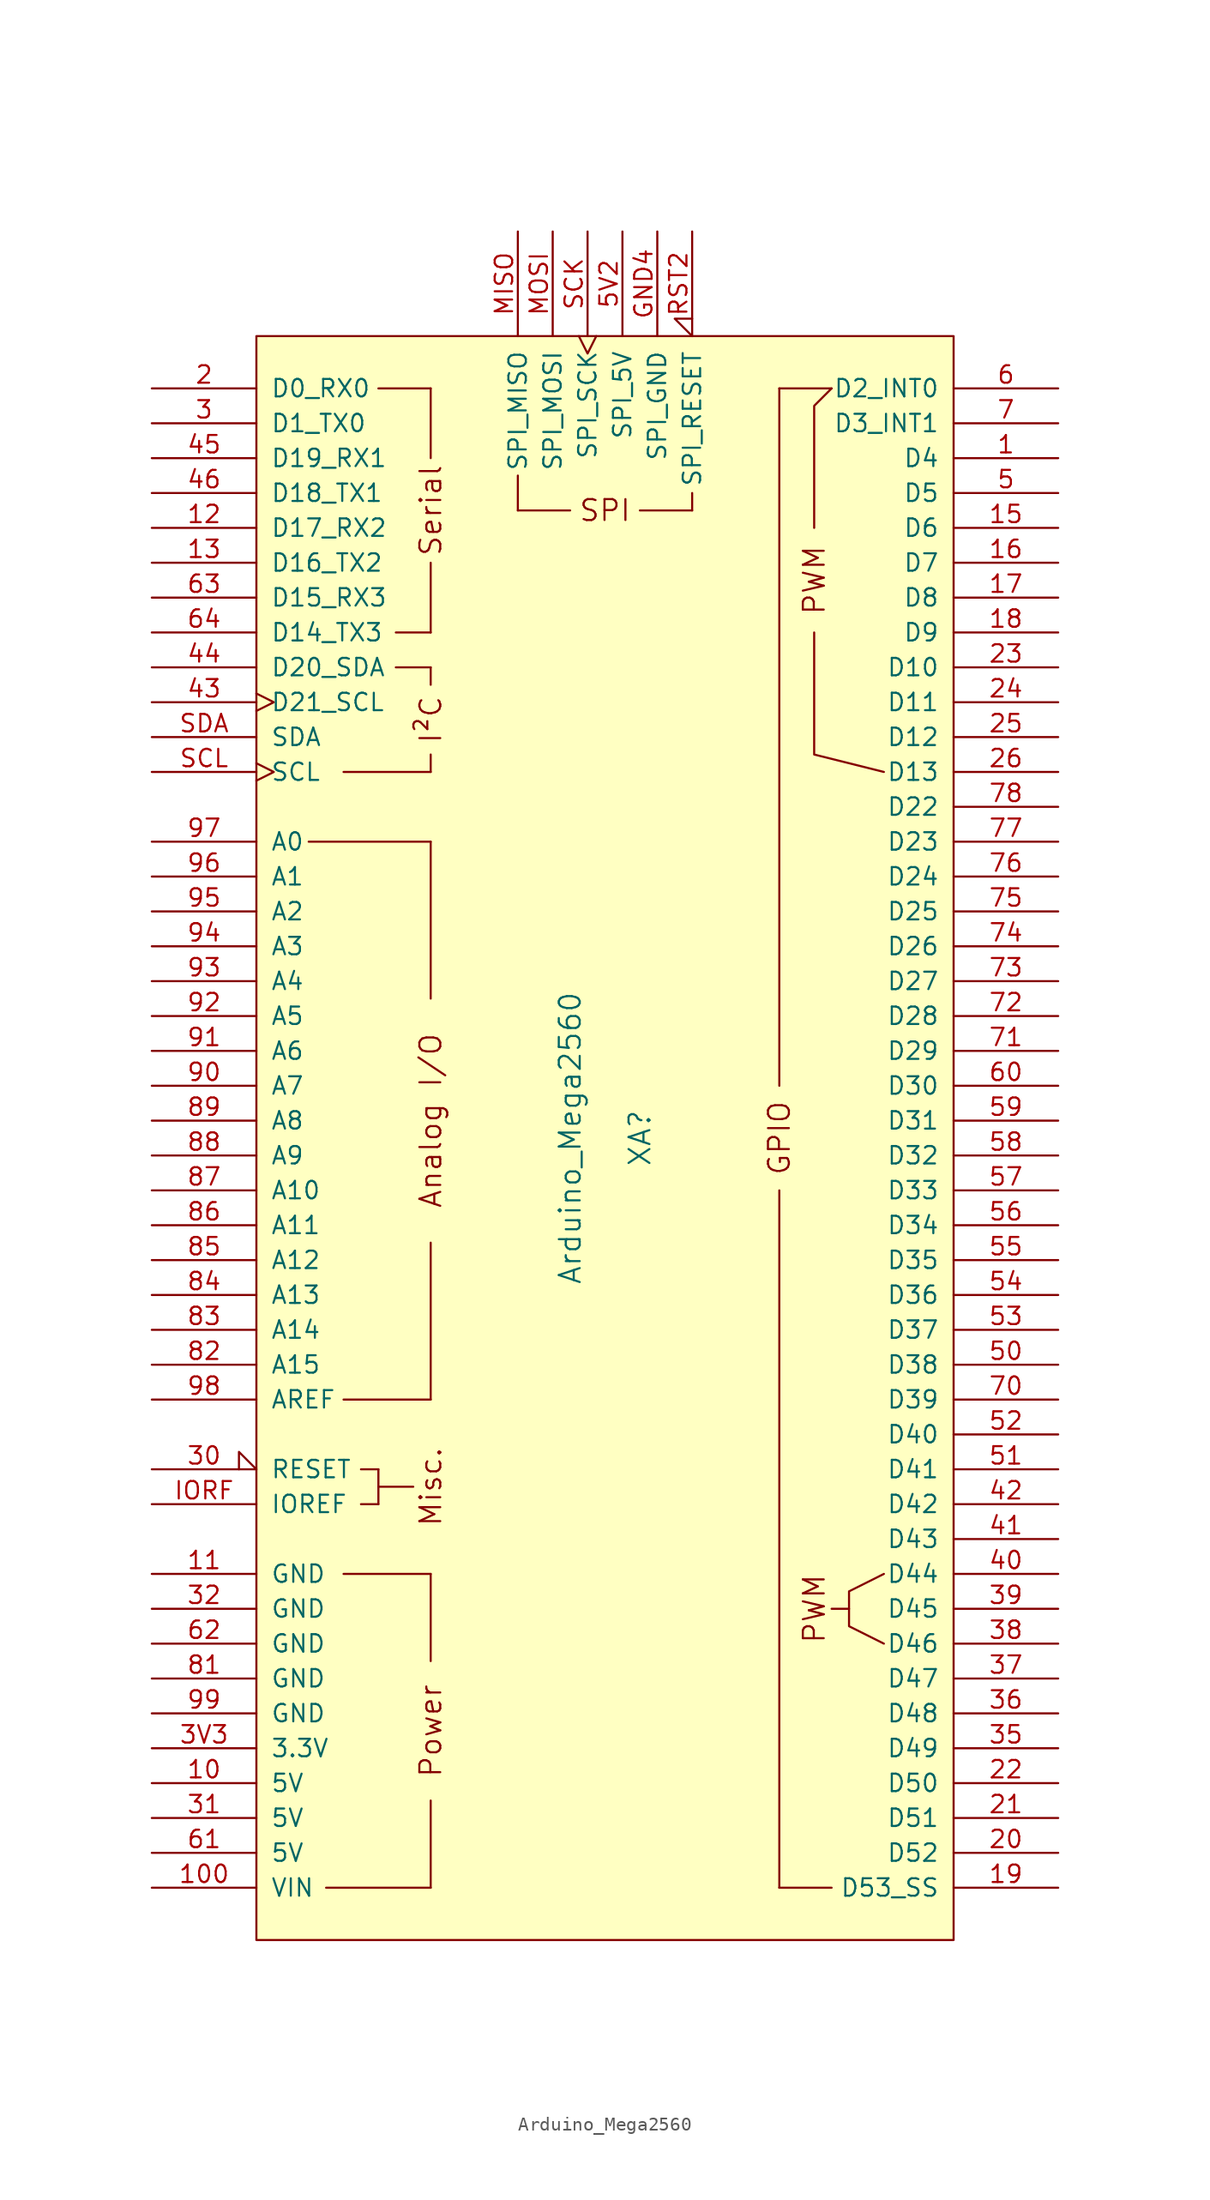
<source format=kicad_sym>
(kicad_symbol_lib
  (version 20211014)
  (generator kicad_symbol_editor)
  (symbol "Arduino_Mega2560"
    (pin_names
      (offset 1.016))
    (property "Reference" "XA"
      (at 2.54 0 90)
      (effects (font (size 1.524 1.524))))
    (property "Value" "Arduino_Mega2560"
      (at -2.54 0 90)
      (effects (font (size 1.524 1.524))))
    (symbol "Arduino_Mega2560_0_0"
      (rectangle (start -25.4 -58.42) (end 25.4 58.42) (stroke (width 0) (type default) (color 0 0 0 0)) (fill (type background)))
      (rectangle (start -20.32 -54.61) (end -12.7 -54.61) (stroke (width 0) (type default) (color 0 0 0 0)) (fill (type none)))
      (rectangle (start -19.05 -31.75) (end -12.7 -31.75) (stroke (width 0) (type default) (color 0 0 0 0)) (fill (type none)))
      (rectangle (start -19.05 -19.05) (end -12.7 -19.05) (stroke (width 0) (type default) (color 0 0 0 0)) (fill (type none)))
      (rectangle (start -19.05 26.67) (end -12.7 26.67) (stroke (width 0) (type default) (color 0 0 0 0)) (fill (type none)))
      (rectangle (start -17.78 -26.67) (end -16.51 -26.67) (stroke (width 0) (type default) (color 0 0 0 0)) (fill (type none)))
      (rectangle (start -17.78 -24.13) (end -16.51 -24.13) (stroke (width 0) (type default) (color 0 0 0 0)) (fill (type none)))
      (rectangle (start -16.51 -25.4) (end -13.97 -25.4) (stroke (width 0) (type default) (color 0 0 0 0)) (fill (type none)))
      (rectangle (start -16.51 -24.13) (end -16.51 -26.67) (stroke (width 0) (type default) (color 0 0 0 0)) (fill (type none)))
      (rectangle (start -16.51 54.61) (end -12.7 54.61) (stroke (width 0) (type default) (color 0 0 0 0)) (fill (type none)))
      (rectangle (start -15.24 34.29) (end -12.7 34.29) (stroke (width 0) (type default) (color 0 0 0 0)) (fill (type none)))
      (rectangle (start -15.24 36.83) (end -12.7 36.83) (stroke (width 0) (type default) (color 0 0 0 0)) (fill (type none)))
      (rectangle (start -12.7 -54.61) (end -12.7 -48.26) (stroke (width 0) (type default) (color 0 0 0 0)) (fill (type none)))
      (rectangle (start -12.7 -31.75) (end -12.7 -38.1) (stroke (width 0) (type default) (color 0 0 0 0)) (fill (type none)))
      (rectangle (start -12.7 26.67) (end -12.7 27.94) (stroke (width 0) (type default) (color 0 0 0 0)) (fill (type none)))
      (rectangle (start -12.7 34.29) (end -12.7 33.02) (stroke (width 0) (type default) (color 0 0 0 0)) (fill (type none)))
      (rectangle (start -12.7 41.91) (end -12.7 36.83) (stroke (width 0) (type default) (color 0 0 0 0)) (fill (type none)))
      (rectangle (start -12.7 49.53) (end -12.7 54.61) (stroke (width 0) (type default) (color 0 0 0 0)) (fill (type none)))
      (rectangle (start -6.35 48.26) (end -6.35 45.72) (stroke (width 0) (type default) (color 0 0 0 0)) (fill (type none)))
      (rectangle (start -2.54 45.72) (end -6.35 45.72) (stroke (width 0) (type default) (color 0 0 0 0)) (fill (type none)))
      (polyline (pts (xy -21.59 21.59) (xy -12.7 21.59)) (stroke (width 0) (type default) (color 0 0 0 0)) (fill (type none)))
      (polyline (pts (xy -12.7 -19.05) (xy -12.7 -7.62)) (stroke (width 0) (type default) (color 0 0 0 0)) (fill (type none)))
      (polyline (pts (xy -12.7 10.16) (xy -12.7 21.59)) (stroke (width 0) (type default) (color 0 0 0 0)) (fill (type none)))
      (polyline (pts (xy 12.7 -54.61) (xy 16.51 -54.61)) (stroke (width 0) (type default) (color 0 0 0 0)) (fill (type none)))
      (polyline (pts (xy 12.7 54.61) (xy 16.51 54.61)) (stroke (width 0) (type default) (color 0 0 0 0)) (fill (type none)))
      (polyline (pts (xy 17.78 -34.29) (xy 16.51 -34.29)) (stroke (width 0) (type default) (color 0 0 0 0)) (fill (type none)))
      (polyline (pts (xy 15.24 36.83) (xy 15.24 27.94) (xy 20.32 26.67)) (stroke (width 0) (type default) (color 0 0 0 0)) (fill (type none)))
      (polyline (pts (xy 15.24 44.45) (xy 15.24 53.34) (xy 16.51 54.61)) (stroke (width 0) (type default) (color 0 0 0 0)) (fill (type none)))
      (polyline (pts (xy 20.32 -31.75) (xy 17.78 -33.02) (xy 17.78 -35.56) (xy 20.32 -36.83)) (stroke (width 0) (type default) (color 0 0 0 0)) (fill (type none)))
      (rectangle (start 6.35 45.72) (end 2.54 45.72) (stroke (width 0) (type default) (color 0 0 0 0)) (fill (type none)))
      (rectangle (start 6.35 46.99) (end 6.35 45.72) (stroke (width 0) (type default) (color 0 0 0 0)) (fill (type none)))
      (text "Analog I/O" (at -12.7 1.27 900) (effects (font (size 1.524 1.524))))
      (text "I²C" (at -12.7 30.48 900) (effects (font (size 1.524 1.524))))
      (text "Misc." (at -12.7 -25.4 900) (effects (font (size 1.524 1.524))))
      (text "Power" (at -12.7 -43.18 900) (effects (font (size 1.524 1.524))))
      (text "PWM" (at 15.24 -34.29 900) (effects (font (size 1.524 1.524))))
      (text "PWM" (at 15.24 40.64 900) (effects (font (size 1.524 1.524))))
      (text "Serial" (at -12.7 45.72 900) (effects (font (size 1.524 1.524))))
      (text "SPI" (at 0 45.72 0) (effects (font (size 1.524 1.524)))))
    (symbol "Arduino_Mega2560_1_0"
      (rectangle (start 12.7 -54.61) (end 12.7 -3.81) (stroke (width 0) (type default) (color 0 0 0 0)) (fill (type none)))
      (rectangle (start 12.7 54.61) (end 12.7 3.81) (stroke (width 0) (type default) (color 0 0 0 0)) (fill (type none)))
      (text "GPIO" (at 12.7 0 900) (effects (font (size 1.524 1.524)))))
    (symbol "Arduino_Mega2560_1_1"
      (pin bidirectional line (at 33.02 49.53 180) (length 7.62) (name "D4" (effects (font (size 1.27 1.27)))) (number "1" (effects (font (size 1.27 1.27)))))
      (pin power_in line (at -33.02 -46.99 0) (length 7.62) (name "5V" (effects (font (size 1.27 1.27)))) (number "10" (effects (font (size 1.27 1.27)))))
      (pin power_in line (at -33.02 -54.61 0) (length 7.62) (name "VIN" (effects (font (size 1.27 1.27)))) (number "100" (effects (font (size 1.27 1.27)))))
      (pin power_in line (at -33.02 -31.75 0) (length 7.62) (name "GND" (effects (font (size 1.27 1.27)))) (number "11" (effects (font (size 1.27 1.27)))))
      (pin bidirectional line (at -33.02 44.45 0) (length 7.62) (name "D17_RX2" (effects (font (size 1.27 1.27)))) (number "12" (effects (font (size 1.27 1.27)))))
      (pin bidirectional line (at -33.02 41.91 0) (length 7.62) (name "D16_TX2" (effects (font (size 1.27 1.27)))) (number "13" (effects (font (size 1.27 1.27)))))
      (pin bidirectional line (at 33.02 44.45 180) (length 7.62) (name "D6" (effects (font (size 1.27 1.27)))) (number "15" (effects (font (size 1.27 1.27)))))
      (pin bidirectional line (at 33.02 41.91 180) (length 7.62) (name "D7" (effects (font (size 1.27 1.27)))) (number "16" (effects (font (size 1.27 1.27)))))
      (pin bidirectional line (at 33.02 39.37 180) (length 7.62) (name "D8" (effects (font (size 1.27 1.27)))) (number "17" (effects (font (size 1.27 1.27)))))
      (pin bidirectional line (at 33.02 36.83 180) (length 7.62) (name "D9" (effects (font (size 1.27 1.27)))) (number "18" (effects (font (size 1.27 1.27)))))
      (pin bidirectional line (at 33.02 -54.61 180) (length 7.62) (name "D53_SS" (effects (font (size 1.27 1.27)))) (number "19" (effects (font (size 1.27 1.27)))))
      (pin bidirectional line (at -33.02 54.61 0) (length 7.62) (name "D0_RX0" (effects (font (size 1.27 1.27)))) (number "2" (effects (font (size 1.27 1.27)))))
      (pin bidirectional line (at 33.02 -52.07 180) (length 7.62) (name "D52" (effects (font (size 1.27 1.27)))) (number "20" (effects (font (size 1.27 1.27)))))
      (pin bidirectional line (at 33.02 -49.53 180) (length 7.62) (name "D51" (effects (font (size 1.27 1.27)))) (number "21" (effects (font (size 1.27 1.27)))))
      (pin bidirectional line (at 33.02 -46.99 180) (length 7.62) (name "D50" (effects (font (size 1.27 1.27)))) (number "22" (effects (font (size 1.27 1.27)))))
      (pin bidirectional line (at 33.02 34.29 180) (length 7.62) (name "D10" (effects (font (size 1.27 1.27)))) (number "23" (effects (font (size 1.27 1.27)))))
      (pin bidirectional line (at 33.02 31.75 180) (length 7.62) (name "D11" (effects (font (size 1.27 1.27)))) (number "24" (effects (font (size 1.27 1.27)))))
      (pin bidirectional line (at 33.02 29.21 180) (length 7.62) (name "D12" (effects (font (size 1.27 1.27)))) (number "25" (effects (font (size 1.27 1.27)))))
      (pin bidirectional line (at 33.02 26.67 180) (length 7.62) (name "D13" (effects (font (size 1.27 1.27)))) (number "26" (effects (font (size 1.27 1.27)))))
      (pin bidirectional line (at -33.02 52.07 0) (length 7.62) (name "D1_TX0" (effects (font (size 1.27 1.27)))) (number "3" (effects (font (size 1.27 1.27)))))
      (pin open_collector input_low (at -33.02 -24.13 0) (length 7.62) (name "RESET" (effects (font (size 1.27 1.27)))) (number "30" (effects (font (size 1.27 1.27)))))
      (pin power_in line (at -33.02 -49.53 0) (length 7.62) (name "5V" (effects (font (size 1.27 1.27)))) (number "31" (effects (font (size 1.27 1.27)))))
      (pin power_in line (at -33.02 -34.29 0) (length 7.62) (name "GND" (effects (font (size 1.27 1.27)))) (number "32" (effects (font (size 1.27 1.27)))))
      (pin bidirectional line (at 33.02 -44.45 180) (length 7.62) (name "D49" (effects (font (size 1.27 1.27)))) (number "35" (effects (font (size 1.27 1.27)))))
      (pin bidirectional line (at 33.02 -41.91 180) (length 7.62) (name "D48" (effects (font (size 1.27 1.27)))) (number "36" (effects (font (size 1.27 1.27)))))
      (pin bidirectional line (at 33.02 -39.37 180) (length 7.62) (name "D47" (effects (font (size 1.27 1.27)))) (number "37" (effects (font (size 1.27 1.27)))))
      (pin bidirectional line (at 33.02 -36.83 180) (length 7.62) (name "D46" (effects (font (size 1.27 1.27)))) (number "38" (effects (font (size 1.27 1.27)))))
      (pin bidirectional line (at 33.02 -34.29 180) (length 7.62) (name "D45" (effects (font (size 1.27 1.27)))) (number "39" (effects (font (size 1.27 1.27)))))
      (pin power_in line (at -33.02 -44.45 0) (length 7.62) (name "3.3V" (effects (font (size 1.27 1.27)))) (number "3V3" (effects (font (size 1.27 1.27)))))
      (pin bidirectional line (at 33.02 -31.75 180) (length 7.62) (name "D44" (effects (font (size 1.27 1.27)))) (number "40" (effects (font (size 1.27 1.27)))))
      (pin bidirectional line (at 33.02 -29.21 180) (length 7.62) (name "D43" (effects (font (size 1.27 1.27)))) (number "41" (effects (font (size 1.27 1.27)))))
      (pin bidirectional line (at 33.02 -26.67 180) (length 7.62) (name "D42" (effects (font (size 1.27 1.27)))) (number "42" (effects (font (size 1.27 1.27)))))
      (pin bidirectional clock (at -33.02 31.75 0) (length 7.62) (name "D21_SCL" (effects (font (size 1.27 1.27)))) (number "43" (effects (font (size 1.27 1.27)))))
      (pin bidirectional line (at -33.02 34.29 0) (length 7.62) (name "D20_SDA" (effects (font (size 1.27 1.27)))) (number "44" (effects (font (size 1.27 1.27)))))
      (pin bidirectional line (at -33.02 49.53 0) (length 7.62) (name "D19_RX1" (effects (font (size 1.27 1.27)))) (number "45" (effects (font (size 1.27 1.27)))))
      (pin bidirectional line (at -33.02 46.99 0) (length 7.62) (name "D18_TX1" (effects (font (size 1.27 1.27)))) (number "46" (effects (font (size 1.27 1.27)))))
      (pin bidirectional line (at 33.02 46.99 180) (length 7.62) (name "D5" (effects (font (size 1.27 1.27)))) (number "5" (effects (font (size 1.27 1.27)))))
      (pin bidirectional line (at 33.02 -16.51 180) (length 7.62) (name "D38" (effects (font (size 1.27 1.27)))) (number "50" (effects (font (size 1.27 1.27)))))
      (pin bidirectional line (at 33.02 -24.13 180) (length 7.62) (name "D41" (effects (font (size 1.27 1.27)))) (number "51" (effects (font (size 1.27 1.27)))))
      (pin bidirectional line (at 33.02 -21.59 180) (length 7.62) (name "D40" (effects (font (size 1.27 1.27)))) (number "52" (effects (font (size 1.27 1.27)))))
      (pin bidirectional line (at 33.02 -13.97 180) (length 7.62) (name "D37" (effects (font (size 1.27 1.27)))) (number "53" (effects (font (size 1.27 1.27)))))
      (pin bidirectional line (at 33.02 -11.43 180) (length 7.62) (name "D36" (effects (font (size 1.27 1.27)))) (number "54" (effects (font (size 1.27 1.27)))))
      (pin bidirectional line (at 33.02 -8.89 180) (length 7.62) (name "D35" (effects (font (size 1.27 1.27)))) (number "55" (effects (font (size 1.27 1.27)))))
      (pin bidirectional line (at 33.02 -6.35 180) (length 7.62) (name "D34" (effects (font (size 1.27 1.27)))) (number "56" (effects (font (size 1.27 1.27)))))
      (pin bidirectional line (at 33.02 -3.81 180) (length 7.62) (name "D33" (effects (font (size 1.27 1.27)))) (number "57" (effects (font (size 1.27 1.27)))))
      (pin bidirectional line (at 33.02 -1.27 180) (length 7.62) (name "D32" (effects (font (size 1.27 1.27)))) (number "58" (effects (font (size 1.27 1.27)))))
      (pin bidirectional line (at 33.02 1.27 180) (length 7.62) (name "D31" (effects (font (size 1.27 1.27)))) (number "59" (effects (font (size 1.27 1.27)))))
      (pin power_in line (at 1.27 66.04 270) (length 7.62) (name "SPI_5V" (effects (font (size 1.27 1.27)))) (number "5V2" (effects (font (size 1.27 1.27)))))
      (pin bidirectional line (at 33.02 54.61 180) (length 7.62) (name "D2_INT0" (effects (font (size 1.27 1.27)))) (number "6" (effects (font (size 1.27 1.27)))))
      (pin bidirectional line (at 33.02 3.81 180) (length 7.62) (name "D30" (effects (font (size 1.27 1.27)))) (number "60" (effects (font (size 1.27 1.27)))))
      (pin power_in line (at -33.02 -52.07 0) (length 7.62) (name "5V" (effects (font (size 1.27 1.27)))) (number "61" (effects (font (size 1.27 1.27)))))
      (pin power_in line (at -33.02 -36.83 0) (length 7.62) (name "GND" (effects (font (size 1.27 1.27)))) (number "62" (effects (font (size 1.27 1.27)))))
      (pin bidirectional line (at -33.02 39.37 0) (length 7.62) (name "D15_RX3" (effects (font (size 1.27 1.27)))) (number "63" (effects (font (size 1.27 1.27)))))
      (pin bidirectional line (at -33.02 36.83 0) (length 7.62) (name "D14_TX3" (effects (font (size 1.27 1.27)))) (number "64" (effects (font (size 1.27 1.27)))))
      (pin bidirectional line (at 33.02 52.07 180) (length 7.62) (name "D3_INT1" (effects (font (size 1.27 1.27)))) (number "7" (effects (font (size 1.27 1.27)))))
      (pin bidirectional line (at 33.02 -19.05 180) (length 7.62) (name "D39" (effects (font (size 1.27 1.27)))) (number "70" (effects (font (size 1.27 1.27)))))
      (pin bidirectional line (at 33.02 6.35 180) (length 7.62) (name "D29" (effects (font (size 1.27 1.27)))) (number "71" (effects (font (size 1.27 1.27)))))
      (pin bidirectional line (at 33.02 8.89 180) (length 7.62) (name "D28" (effects (font (size 1.27 1.27)))) (number "72" (effects (font (size 1.27 1.27)))))
      (pin bidirectional line (at 33.02 11.43 180) (length 7.62) (name "D27" (effects (font (size 1.27 1.27)))) (number "73" (effects (font (size 1.27 1.27)))))
      (pin bidirectional line (at 33.02 13.97 180) (length 7.62) (name "D26" (effects (font (size 1.27 1.27)))) (number "74" (effects (font (size 1.27 1.27)))))
      (pin bidirectional line (at 33.02 16.51 180) (length 7.62) (name "D25" (effects (font (size 1.27 1.27)))) (number "75" (effects (font (size 1.27 1.27)))))
      (pin bidirectional line (at 33.02 19.05 180) (length 7.62) (name "D24" (effects (font (size 1.27 1.27)))) (number "76" (effects (font (size 1.27 1.27)))))
      (pin bidirectional line (at 33.02 21.59 180) (length 7.62) (name "D23" (effects (font (size 1.27 1.27)))) (number "77" (effects (font (size 1.27 1.27)))))
      (pin bidirectional line (at 33.02 24.13 180) (length 7.62) (name "D22" (effects (font (size 1.27 1.27)))) (number "78" (effects (font (size 1.27 1.27)))))
      (pin power_in line (at -33.02 -39.37 0) (length 7.62) (name "GND" (effects (font (size 1.27 1.27)))) (number "81" (effects (font (size 1.27 1.27)))))
      (pin bidirectional line (at -33.02 -16.51 0) (length 7.62) (name "A15" (effects (font (size 1.27 1.27)))) (number "82" (effects (font (size 1.27 1.27)))))
      (pin bidirectional line (at -33.02 -13.97 0) (length 7.62) (name "A14" (effects (font (size 1.27 1.27)))) (number "83" (effects (font (size 1.27 1.27)))))
      (pin bidirectional line (at -33.02 -11.43 0) (length 7.62) (name "A13" (effects (font (size 1.27 1.27)))) (number "84" (effects (font (size 1.27 1.27)))))
      (pin bidirectional line (at -33.02 -8.89 0) (length 7.62) (name "A12" (effects (font (size 1.27 1.27)))) (number "85" (effects (font (size 1.27 1.27)))))
      (pin bidirectional line (at -33.02 -6.35 0) (length 7.62) (name "A11" (effects (font (size 1.27 1.27)))) (number "86" (effects (font (size 1.27 1.27)))))
      (pin bidirectional line (at -33.02 -3.81 0) (length 7.62) (name "A10" (effects (font (size 1.27 1.27)))) (number "87" (effects (font (size 1.27 1.27)))))
      (pin bidirectional line (at -33.02 -1.27 0) (length 7.62) (name "A9" (effects (font (size 1.27 1.27)))) (number "88" (effects (font (size 1.27 1.27)))))
      (pin bidirectional line (at -33.02 1.27 0) (length 7.62) (name "A8" (effects (font (size 1.27 1.27)))) (number "89" (effects (font (size 1.27 1.27)))))
      (pin bidirectional line (at -33.02 3.81 0) (length 7.62) (name "A7" (effects (font (size 1.27 1.27)))) (number "90" (effects (font (size 1.27 1.27)))))
      (pin bidirectional line (at -33.02 6.35 0) (length 7.62) (name "A6" (effects (font (size 1.27 1.27)))) (number "91" (effects (font (size 1.27 1.27)))))
      (pin bidirectional line (at -33.02 8.89 0) (length 7.62) (name "A5" (effects (font (size 1.27 1.27)))) (number "92" (effects (font (size 1.27 1.27)))))
      (pin bidirectional line (at -33.02 11.43 0) (length 7.62) (name "A4" (effects (font (size 1.27 1.27)))) (number "93" (effects (font (size 1.27 1.27)))))
      (pin bidirectional line (at -33.02 13.97 0) (length 7.62) (name "A3" (effects (font (size 1.27 1.27)))) (number "94" (effects (font (size 1.27 1.27)))))
      (pin bidirectional line (at -33.02 16.51 0) (length 7.62) (name "A2" (effects (font (size 1.27 1.27)))) (number "95" (effects (font (size 1.27 1.27)))))
      (pin bidirectional line (at -33.02 19.05 0) (length 7.62) (name "A1" (effects (font (size 1.27 1.27)))) (number "96" (effects (font (size 1.27 1.27)))))
      (pin bidirectional line (at -33.02 21.59 0) (length 7.62) (name "A0" (effects (font (size 1.27 1.27)))) (number "97" (effects (font (size 1.27 1.27)))))
      (pin input line (at -33.02 -19.05 0) (length 7.62) (name "AREF" (effects (font (size 1.27 1.27)))) (number "98" (effects (font (size 1.27 1.27)))))
      (pin power_in line (at -33.02 -41.91 0) (length 7.62) (name "GND" (effects (font (size 1.27 1.27)))) (number "99" (effects (font (size 1.27 1.27)))))
      (pin power_in line (at 3.81 66.04 270) (length 7.62) (name "SPI_GND" (effects (font (size 1.27 1.27)))) (number "GND4" (effects (font (size 1.27 1.27)))))
      (pin output line (at -33.02 -26.67 0) (length 7.62) (name "IOREF" (effects (font (size 1.27 1.27)))) (number "IORF" (effects (font (size 1.27 1.27)))))
      (pin input line (at -6.35 66.04 270) (length 7.62) (name "SPI_MISO" (effects (font (size 1.27 1.27)))) (number "MISO" (effects (font (size 1.27 1.27)))))
      (pin output line (at -3.81 66.04 270) (length 7.62) (name "SPI_MOSI" (effects (font (size 1.27 1.27)))) (number "MOSI" (effects (font (size 1.27 1.27)))))
      (pin open_collector input_low (at 6.35 66.04 270) (length 7.62) (name "SPI_RESET" (effects (font (size 1.27 1.27)))) (number "RST2" (effects (font (size 1.27 1.27)))))
      (pin output clock (at -1.27 66.04 270) (length 7.62) (name "SPI_SCK" (effects (font (size 1.27 1.27)))) (number "SCK" (effects (font (size 1.27 1.27)))))
      (pin bidirectional clock (at -33.02 26.67 0) (length 7.62) (name "SCL" (effects (font (size 1.27 1.27)))) (number "SCL" (effects (font (size 1.27 1.27)))))
      (pin bidirectional line (at -33.02 29.21 0) (length 7.62) (name "SDA" (effects (font (size 1.27 1.27)))) (number "SDA" (effects (font (size 1.27 1.27))))))))
</source>
